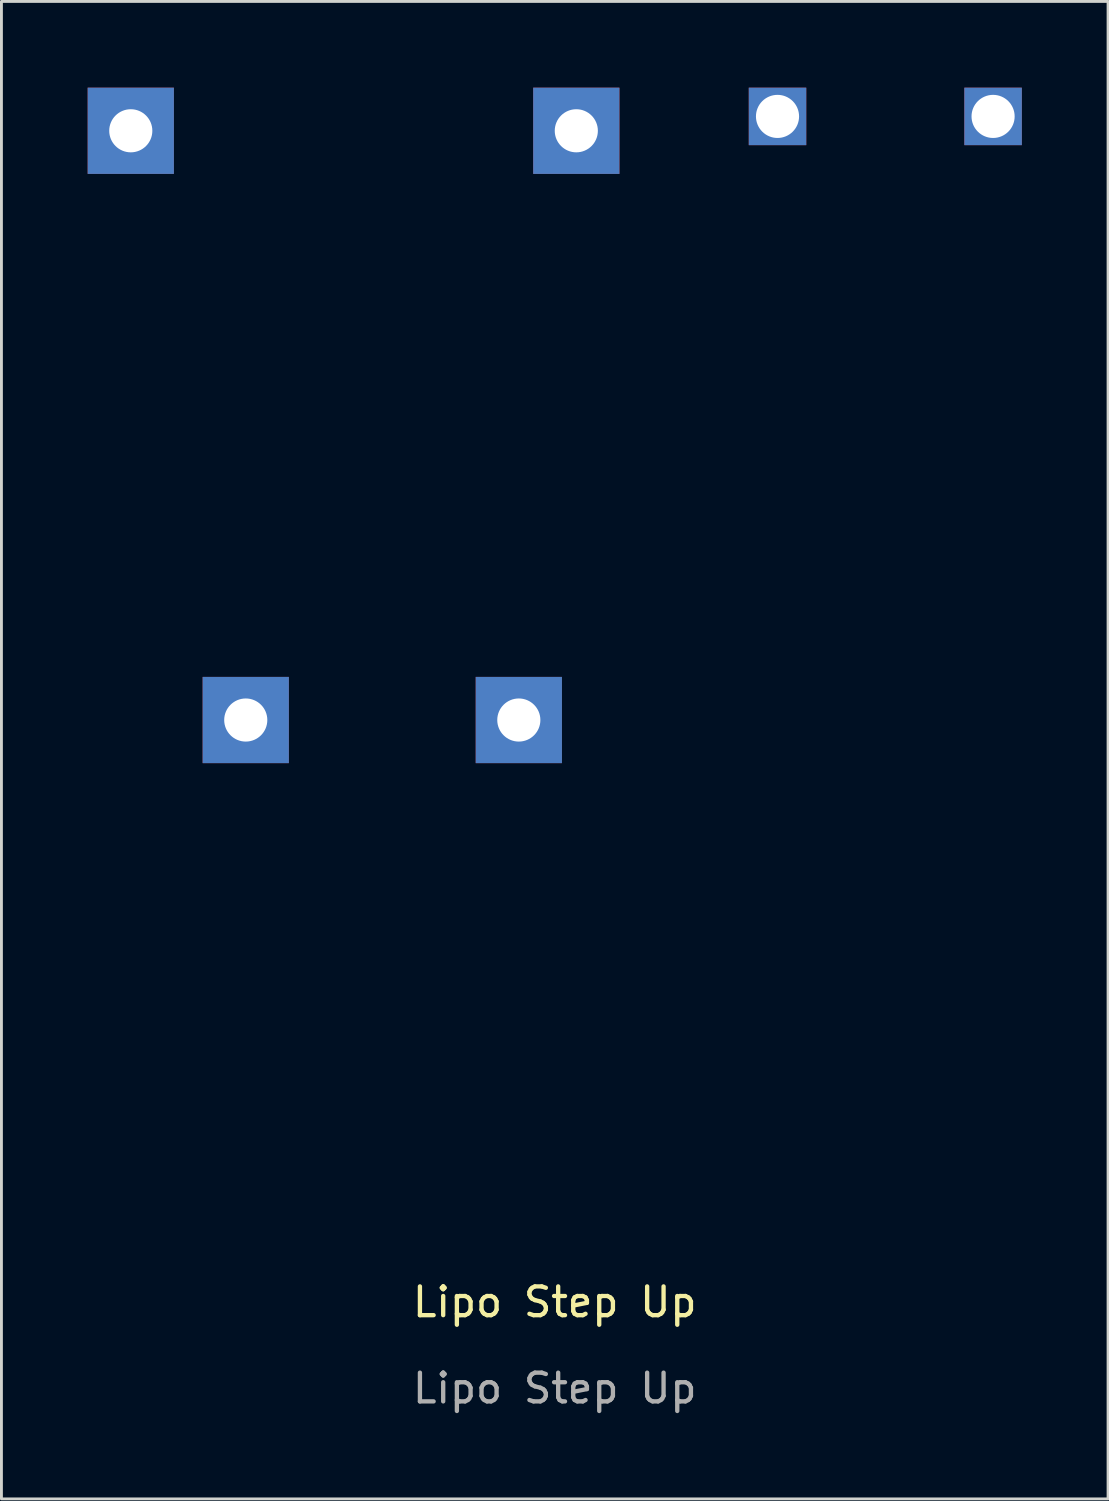
<source format=kicad_pcb>
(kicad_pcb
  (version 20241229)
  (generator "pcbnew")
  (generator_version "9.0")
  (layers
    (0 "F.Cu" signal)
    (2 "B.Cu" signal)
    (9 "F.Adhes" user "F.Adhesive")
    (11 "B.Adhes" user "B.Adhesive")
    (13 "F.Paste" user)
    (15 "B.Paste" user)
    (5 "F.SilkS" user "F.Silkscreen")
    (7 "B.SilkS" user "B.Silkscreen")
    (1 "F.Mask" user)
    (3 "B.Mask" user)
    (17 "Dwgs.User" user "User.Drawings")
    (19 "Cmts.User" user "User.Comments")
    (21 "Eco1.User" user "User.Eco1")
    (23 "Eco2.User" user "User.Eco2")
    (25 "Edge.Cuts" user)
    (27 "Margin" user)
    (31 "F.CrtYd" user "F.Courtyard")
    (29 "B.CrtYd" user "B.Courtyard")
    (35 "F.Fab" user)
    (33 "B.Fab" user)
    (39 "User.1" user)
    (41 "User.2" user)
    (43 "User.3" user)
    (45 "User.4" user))
  (footprint "Lipo Step Up"
    (layer "F.Cu")
    (at 16.25 11.75)
    (property "Reference" "Lipo Step Up" (at 0 30.5 0) (unlocked yes) (layer "F.SilkS") (effects (font (size 1 1) (thickness 0.15))))
    (attr through_hole)
    (fp_text user "${REFERENCE}" (at 0 33.5 0) (unlocked yes) (layer "F.Fab") (effects (font (size 1 1) (thickness 0.15))))
    (pad "1" thru_hole rect (at -14.75 -10.25) (size 3 3) (drill 1.5) (layers "*.Cu" "*.Mask"))
    (pad "2" thru_hole rect (at 0.75 -10.25) (size 3 3) (drill 1.5) (layers "*.Cu" "*.Mask"))
    (pad "3" thru_hole rect (at 7.75 -10.75) (size 2 2) (drill 1.5) (layers "*.Cu" "*.Mask"))
    (pad "4" thru_hole rect (at 15.25 -10.75) (size 2 2) (drill 1.5) (layers "*.Cu" "*.Mask"))
    (pad "5" thru_hole rect (at -10.75 10.25) (size 3 3) (drill 1.5) (layers "*.Cu" "*.Mask"))
    (pad "6" thru_hole rect (at -1.25 10.25) (size 3 3) (drill 1.5) (layers "*.Cu" "*.Mask")))
  (gr_rect
    (start -3 -3)
    (end 35.5 49.098)
    (stroke (width 0.1) (type default))
    (fill no)
    (layer "Edge.Cuts")))
</source>
